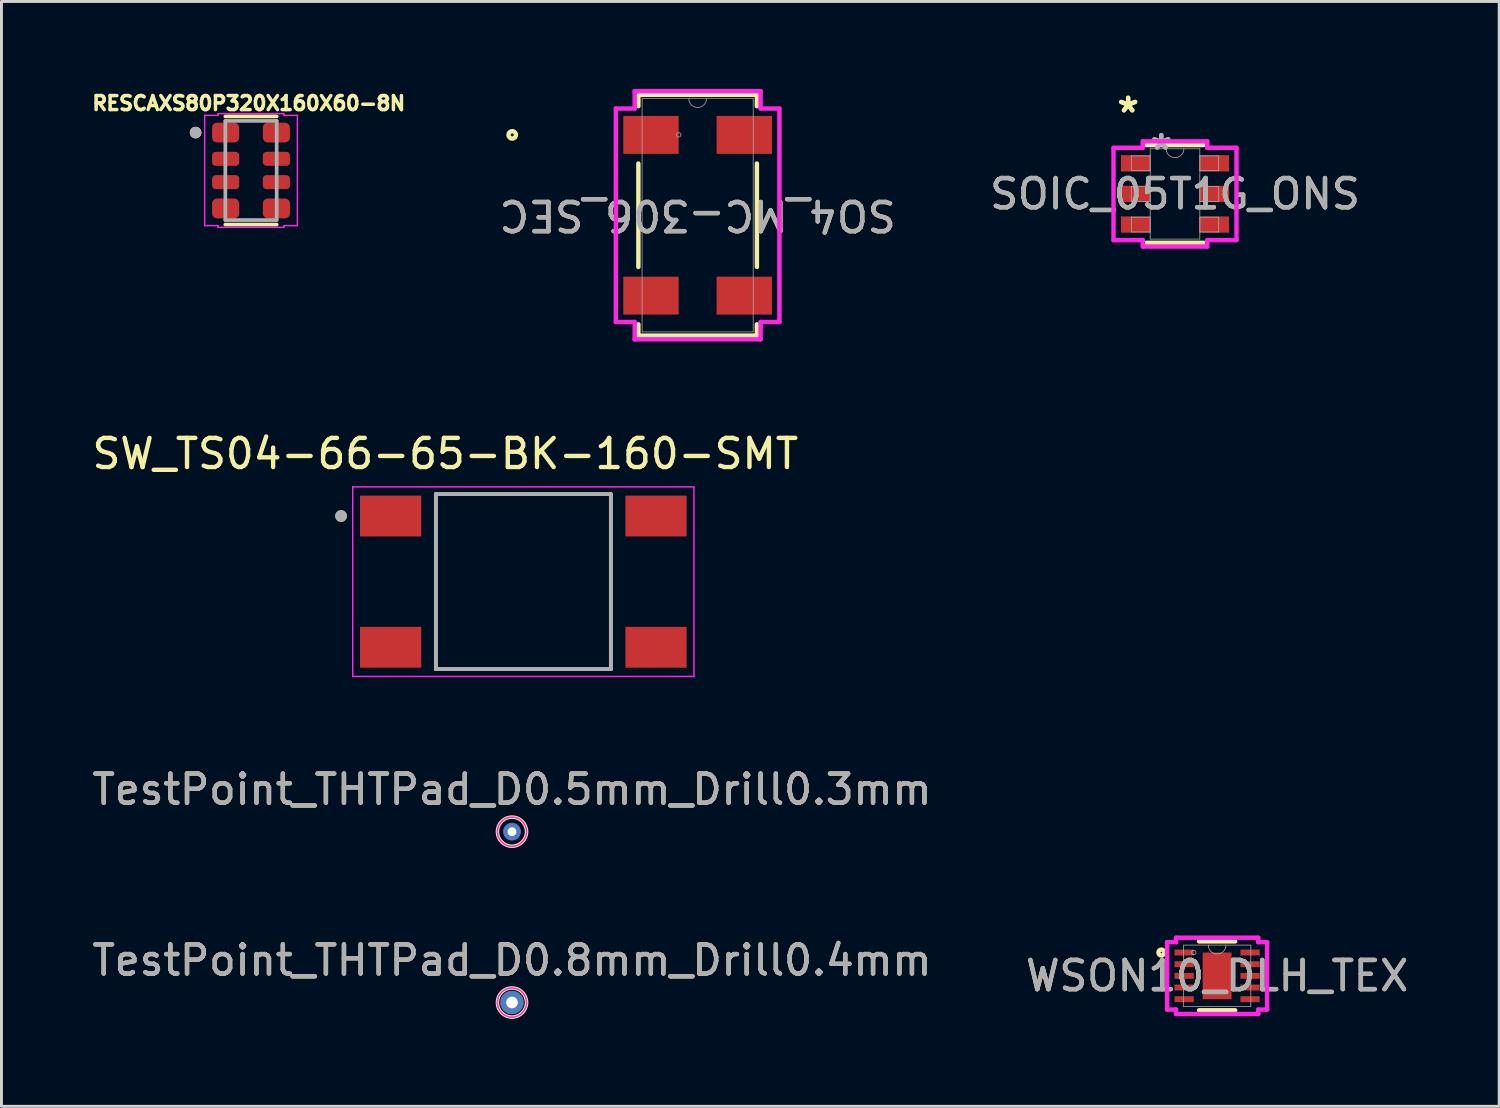
<source format=kicad_pcb>
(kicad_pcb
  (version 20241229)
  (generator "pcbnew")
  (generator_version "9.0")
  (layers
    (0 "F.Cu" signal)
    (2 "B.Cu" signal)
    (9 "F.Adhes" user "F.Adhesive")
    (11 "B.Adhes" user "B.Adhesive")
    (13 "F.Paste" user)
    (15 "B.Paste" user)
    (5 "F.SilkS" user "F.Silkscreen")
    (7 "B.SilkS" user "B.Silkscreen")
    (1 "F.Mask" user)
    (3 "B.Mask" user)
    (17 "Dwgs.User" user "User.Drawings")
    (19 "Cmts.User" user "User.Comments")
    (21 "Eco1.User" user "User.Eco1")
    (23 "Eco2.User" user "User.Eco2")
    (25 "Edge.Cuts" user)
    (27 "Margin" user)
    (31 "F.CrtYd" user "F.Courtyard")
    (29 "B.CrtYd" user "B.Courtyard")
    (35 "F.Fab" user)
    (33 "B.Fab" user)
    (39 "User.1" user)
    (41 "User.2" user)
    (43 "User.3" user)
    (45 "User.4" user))
  (footprint "SO4_MC-306_SEC"
    (layer "F.Cu")
    (at 20.872 4.331)
    (property "Reference" "SO4_MC-306_SEC" (at 0 0 180) (unlocked yes) (layer "F.SilkS") (effects (font (size 1 1) (thickness 0.15))))
    (attr smd)
    (fp_line (start -2.032 -4.128) (end -2.032 -3.739) (stroke (width 0.152) (type solid)) (layer "F.SilkS"))
    (fp_line (start -2.032 -1.773) (end -2.032 1.773) (stroke (width 0.152) (type solid)) (layer "F.SilkS"))
    (fp_line (start -2.032 3.739) (end -2.032 4.128) (stroke (width 0.152) (type solid)) (layer "F.SilkS"))
    (fp_line (start -2.032 4.128) (end 2.032 4.128) (stroke (width 0.152) (type solid)) (layer "F.SilkS"))
    (fp_line (start 2.032 -4.128) (end -2.032 -4.128) (stroke (width 0.152) (type solid)) (layer "F.SilkS"))
    (fp_line (start 2.032 -3.739) (end 2.032 -4.128) (stroke (width 0.152) (type solid)) (layer "F.SilkS"))
    (fp_line (start 2.032 1.773) (end 2.032 -1.773) (stroke (width 0.152) (type solid)) (layer "F.SilkS"))
    (fp_line (start 2.032 4.128) (end 2.032 3.739) (stroke (width 0.152) (type solid)) (layer "F.SilkS"))
    (fp_circle (center -6.358 -2.756) (end -6.231 -2.756) (stroke (width 0.152) (type solid)) (fill no) (layer "F.SilkS"))
    (fp_line (start -2.804 -3.66) (end -2.159 -3.66) (stroke (width 0.152) (type solid)) (layer "F.CrtYd"))
    (fp_line (start -2.804 3.66) (end -2.804 -3.66) (stroke (width 0.152) (type solid)) (layer "F.CrtYd"))
    (fp_line (start -2.804 3.66) (end -2.159 3.66) (stroke (width 0.152) (type solid)) (layer "F.CrtYd"))
    (fp_line (start -2.159 -4.255) (end 2.159 -4.255) (stroke (width 0.152) (type solid)) (layer "F.CrtYd"))
    (fp_line (start -2.159 -3.66) (end -2.159 -4.255) (stroke (width 0.152) (type solid)) (layer "F.CrtYd"))
    (fp_line (start -2.159 4.255) (end -2.159 3.66) (stroke (width 0.152) (type solid)) (layer "F.CrtYd"))
    (fp_line (start 2.159 -4.255) (end 2.159 -3.66) (stroke (width 0.152) (type solid)) (layer "F.CrtYd"))
    (fp_line (start 2.159 3.66) (end 2.159 4.255) (stroke (width 0.152) (type solid)) (layer "F.CrtYd"))
    (fp_line (start 2.159 4.255) (end -2.159 4.255) (stroke (width 0.152) (type solid)) (layer "F.CrtYd"))
    (fp_line (start 2.804 -3.66) (end 2.159 -3.66) (stroke (width 0.152) (type solid)) (layer "F.CrtYd"))
    (fp_line (start 2.804 -3.66) (end 2.804 3.66) (stroke (width 0.152) (type solid)) (layer "F.CrtYd"))
    (fp_line (start 2.804 3.66) (end 2.159 3.66) (stroke (width 0.152) (type solid)) (layer "F.CrtYd"))
    (fp_line (start -1.905 -4) (end -1.905 4) (stroke (width 0.025) (type solid)) (layer "F.Fab"))
    (fp_line (start -1.905 4) (end 1.905 4) (stroke (width 0.025) (type solid)) (layer "F.Fab"))
    (fp_line (start 1.905 -4) (end -1.905 -4) (stroke (width 0.025) (type solid)) (layer "F.Fab"))
    (fp_line (start 1.905 4) (end 1.905 -4) (stroke (width 0.025) (type solid)) (layer "F.Fab"))
    (fp_arc (start 0.3048 -4.0005) (mid 0 -3.6957) (end -0.3048 -4.0005) (stroke (width 0.0254) (type solid)) (layer "F.Fab"))
    (fp_circle (center -0.65 -2.756) (end -0.574 -2.756) (stroke (width 0.025) (type solid)) (fill no) (layer "F.Fab"))
    (fp_text user "${REFERENCE}" (at 0 0 180) (unlocked yes) (layer "F.Fab") (effects (font (size 1 1) (thickness 0.15))))
    (pad "1" smd rect (at -1.6 -2.756 180) (size 1.9 1.3) (layers "F.Cu" "F.Mask" "F.Paste"))
    (pad "2" smd rect (at -1.6 2.756 180) (size 1.9 1.3) (layers "F.Cu" "F.Mask" "F.Paste"))
    (pad "3" smd rect (at 1.6 2.756 180) (size 1.9 1.3) (layers "F.Cu" "F.Mask" "F.Paste"))
    (pad "4" smd rect (at 1.6 -2.756 180) (size 1.9 1.3) (layers "F.Cu" "F.Mask" "F.Paste")))
  (footprint "RESCAXS80P320X160X60-8N"
    (layer "F.Cu")
    (at 5.557 2.796)
    (property "Reference" "RESCAXS80P320X160X60-8N" (at -0.076 -2.305 0) (layer "F.SilkS") (effects (font (size 0.48 0.48) (thickness 0.15))))
    (attr smd)
    (fp_line (start -0.88 -1.854) (end 0.88 -1.854) (stroke (width 0.127) (type solid)) (layer "F.SilkS"))
    (fp_line (start -0.88 1.854) (end 0.88 1.854) (stroke (width 0.127) (type solid)) (layer "F.SilkS"))
    (fp_circle (center -1.9 -1.3) (end -1.8 -1.3) (stroke (width 0.2) (type solid)) (fill no) (layer "F.SilkS"))
    (fp_line (start -1.59 -1.89) (end -1.13 -1.89) (stroke (width 0.05) (type solid)) (layer "F.CrtYd"))
    (fp_line (start -1.59 1.89) (end -1.59 -1.89) (stroke (width 0.05) (type solid)) (layer "F.CrtYd"))
    (fp_line (start -1.13 -1.95) (end 1.13 -1.95) (stroke (width 0.05) (type solid)) (layer "F.CrtYd"))
    (fp_line (start -1.13 -1.89) (end -1.13 -1.95) (stroke (width 0.05) (type solid)) (layer "F.CrtYd"))
    (fp_line (start -1.13 1.89) (end -1.59 1.89) (stroke (width 0.05) (type solid)) (layer "F.CrtYd"))
    (fp_line (start -1.13 1.95) (end -1.13 1.89) (stroke (width 0.05) (type solid)) (layer "F.CrtYd"))
    (fp_line (start 1.13 -1.95) (end 1.13 -1.89) (stroke (width 0.05) (type solid)) (layer "F.CrtYd"))
    (fp_line (start 1.13 -1.89) (end 1.59 -1.89) (stroke (width 0.05) (type solid)) (layer "F.CrtYd"))
    (fp_line (start 1.13 1.89) (end 1.13 1.95) (stroke (width 0.05) (type solid)) (layer "F.CrtYd"))
    (fp_line (start 1.13 1.95) (end -1.13 1.95) (stroke (width 0.05) (type solid)) (layer "F.CrtYd"))
    (fp_line (start 1.59 -1.89) (end 1.59 1.89) (stroke (width 0.05) (type solid)) (layer "F.CrtYd"))
    (fp_line (start 1.59 1.89) (end 1.13 1.89) (stroke (width 0.05) (type solid)) (layer "F.CrtYd"))
    (fp_line (start -0.88 -1.7) (end 0.88 -1.7) (stroke (width 0.127) (type solid)) (layer "F.Fab"))
    (fp_line (start -0.88 1.7) (end -0.88 -1.7) (stroke (width 0.127) (type solid)) (layer "F.Fab"))
    (fp_line (start 0.88 -1.7) (end 0.88 1.7) (stroke (width 0.127) (type solid)) (layer "F.Fab"))
    (fp_line (start 0.88 1.7) (end -0.88 1.7) (stroke (width 0.127) (type solid)) (layer "F.Fab"))
    (fp_circle (center -1.9 -1.3) (end -1.8 -1.3) (stroke (width 0.2) (type solid)) (fill no) (layer "F.Fab"))
    (pad "1" smd roundrect (at -0.87 -1.3) (size 0.93 0.68) (layers "F.Cu" "F.Mask" "F.Paste") (roundrect_rratio 0.25))
    (pad "2" smd roundrect (at -0.87 -0.4) (size 0.93 0.48) (layers "F.Cu" "F.Mask" "F.Paste") (roundrect_rratio 0.25))
    (pad "3" smd roundrect (at -0.87 0.4) (size 0.93 0.48) (layers "F.Cu" "F.Mask" "F.Paste") (roundrect_rratio 0.25))
    (pad "4" smd roundrect (at -0.87 1.3) (size 0.93 0.68) (layers "F.Cu" "F.Mask" "F.Paste") (roundrect_rratio 0.25))
    (pad "5" smd roundrect (at 0.87 1.3) (size 0.93 0.68) (layers "F.Cu" "F.Mask" "F.Paste") (roundrect_rratio 0.25))
    (pad "6" smd roundrect (at 0.87 0.4) (size 0.93 0.48) (layers "F.Cu" "F.Mask" "F.Paste") (roundrect_rratio 0.25))
    (pad "7" smd roundrect (at 0.87 -0.4) (size 0.93 0.48) (layers "F.Cu" "F.Mask" "F.Paste") (roundrect_rratio 0.25))
    (pad "8" smd roundrect (at 0.87 -1.3) (size 0.93 0.68) (layers "F.Cu" "F.Mask" "F.Paste") (roundrect_rratio 0.25)))
  (footprint "TestPoint_THTPad_D0.8mm_Drill0.4mm"
    (layer "F.Cu")
    (at 14.506 31.326)
    (property "Reference" "TestPoint_THTPad_D0.8mm_Drill0.4mm" (at 0 -1.448 0) (layer "F.SilkS") (effects (font (size 1 1) (thickness 0.15))))
    (attr exclude_from_pos_files)
    (fp_circle (center 0 0) (end 0 0.5) (stroke (width 0.12) (type solid)) (fill no) (layer "F.SilkS"))
    (fp_circle (center 0 0) (end 0.5 0) (stroke (width 0.05) (type solid)) (fill no) (layer "F.CrtYd"))
    (fp_text user "${REFERENCE}" (at 0 -1.45 0) (layer "F.Fab") (effects (font (size 1 1) (thickness 0.15))))
    (pad "1" thru_hole circle (at 0 0) (size 0.8 0.8) (drill 0.4) (layers "*.Cu" "*.Mask")))
  (footprint "WSON10_DLH_TEX"
    (layer "F.Cu")
    (at 38.685 30.412)
    (property "Reference" "WSON10_DLH_TEX" (at 0 0 0) (unlocked yes) (layer "F.SilkS") (effects (font (size 1 1) (thickness 0.15))))
    (attr smd)
    (fp_line (start -0.619 1.181) (end 0.619 1.181) (stroke (width 0.152) (type solid)) (layer "F.SilkS"))
    (fp_line (start 0.619 -1.181) (end -0.619 -1.181) (stroke (width 0.152) (type solid)) (layer "F.SilkS"))
    (fp_circle (center -1.911 -0.8) (end -1.81 -0.8) (stroke (width 0.152) (type solid)) (fill no) (layer "F.SilkS"))
    (fp_line (start -1.714 -1.156) (end -1.41 -1.156) (stroke (width 0.152) (type solid)) (layer "F.CrtYd"))
    (fp_line (start -1.714 1.156) (end -1.714 -1.156) (stroke (width 0.152) (type solid)) (layer "F.CrtYd"))
    (fp_line (start -1.714 1.156) (end -1.41 1.156) (stroke (width 0.152) (type solid)) (layer "F.CrtYd"))
    (fp_line (start -1.41 -1.308) (end 1.41 -1.308) (stroke (width 0.152) (type solid)) (layer "F.CrtYd"))
    (fp_line (start -1.41 -1.156) (end -1.41 -1.308) (stroke (width 0.152) (type solid)) (layer "F.CrtYd"))
    (fp_line (start -1.41 1.308) (end -1.41 1.156) (stroke (width 0.152) (type solid)) (layer "F.CrtYd"))
    (fp_line (start 1.41 -1.308) (end 1.41 -1.156) (stroke (width 0.152) (type solid)) (layer "F.CrtYd"))
    (fp_line (start 1.41 1.156) (end 1.41 1.308) (stroke (width 0.152) (type solid)) (layer "F.CrtYd"))
    (fp_line (start 1.41 1.308) (end -1.41 1.308) (stroke (width 0.152) (type solid)) (layer "F.CrtYd"))
    (fp_line (start 1.714 -1.156) (end 1.41 -1.156) (stroke (width 0.152) (type solid)) (layer "F.CrtYd"))
    (fp_line (start 1.714 -1.156) (end 1.714 1.156) (stroke (width 0.152) (type solid)) (layer "F.CrtYd"))
    (fp_line (start 1.714 1.156) (end 1.41 1.156) (stroke (width 0.152) (type solid)) (layer "F.CrtYd"))
    (fp_line (start -1.156 -1.054) (end -1.156 1.054) (stroke (width 0.025) (type solid)) (layer "F.Fab"))
    (fp_line (start -1.156 1.054) (end 1.156 1.054) (stroke (width 0.025) (type solid)) (layer "F.Fab"))
    (fp_line (start 1.156 -1.054) (end -1.156 -1.054) (stroke (width 0.025) (type solid)) (layer "F.Fab"))
    (fp_line (start 1.156 1.054) (end 1.156 -1.054) (stroke (width 0.025) (type solid)) (layer "F.Fab"))
    (fp_arc (start 0.3048 -1.0541) (mid 0 -0.7493) (end -0.3048 -1.0541) (stroke (width 0.0254) (type solid)) (layer "F.Fab"))
    (fp_circle (center -0.8 -0.8) (end -0.724 -0.8) (stroke (width 0.025) (type solid)) (fill no) (layer "F.Fab"))
    (fp_text user "${REFERENCE}" (at 0 0 0) (unlocked yes) (layer "F.Fab") (effects (font (size 1 1) (thickness 0.15))))
    (pad "1" smd rect (at -1.13 -0.8) (size 0.66 0.203) (layers "F.Cu" "F.Mask" "F.Paste"))
    (pad "2" smd rect (at -1.13 -0.4) (size 0.66 0.203) (layers "F.Cu" "F.Mask" "F.Paste"))
    (pad "3" smd rect (at -1.13 0) (size 0.66 0.203) (layers "F.Cu" "F.Mask" "F.Paste"))
    (pad "4" smd rect (at -1.13 0.4) (size 0.66 0.203) (layers "F.Cu" "F.Mask" "F.Paste"))
    (pad "5" smd rect (at -1.13 0.8) (size 0.66 0.203) (layers "F.Cu" "F.Mask" "F.Paste"))
    (pad "6" smd rect (at 1.13 0.8) (size 0.66 0.203) (layers "F.Cu" "F.Mask" "F.Paste"))
    (pad "7" smd rect (at 1.13 0.4) (size 0.66 0.203) (layers "F.Cu" "F.Mask" "F.Paste"))
    (pad "8" smd rect (at 1.13 0) (size 0.66 0.203) (layers "F.Cu" "F.Mask" "F.Paste"))
    (pad "9" smd rect (at 1.13 -0.4) (size 0.66 0.203) (layers "F.Cu" "F.Mask" "F.Paste"))
    (pad "10" smd rect (at 1.13 -0.8) (size 0.66 0.203) (layers "F.Cu" "F.Mask" "F.Paste"))
    (pad "11" smd rect (at 0 0) (size 0.991 1.6) (layers "F.Cu" "F.Mask" "F.Paste")))
  (footprint "SOIC_05T1G_ONS"
    (layer "F.Cu")
    (at 37.241 3.6)
    (property "Reference" "SOIC_05T1G_ONS" (at 0 0 0) (unlocked yes) (layer "F.SilkS") (effects (font (size 1 1) (thickness 0.15))))
    (attr smd)
    (fp_line (start -0.978 1.676) (end 0.978 1.676) (stroke (width 0.152) (type solid)) (layer "F.SilkS"))
    (fp_line (start 0.978 -1.676) (end -0.978 -1.676) (stroke (width 0.152) (type solid)) (layer "F.SilkS"))
    (fp_line (start -2.108 -1.583) (end -1.105 -1.583) (stroke (width 0.152) (type solid)) (layer "F.CrtYd"))
    (fp_line (start -2.108 1.583) (end -2.108 -1.583) (stroke (width 0.152) (type solid)) (layer "F.CrtYd"))
    (fp_line (start -2.108 1.583) (end -1.105 1.583) (stroke (width 0.152) (type solid)) (layer "F.CrtYd"))
    (fp_line (start -1.105 -1.803) (end 1.105 -1.803) (stroke (width 0.152) (type solid)) (layer "F.CrtYd"))
    (fp_line (start -1.105 -1.583) (end -1.105 -1.803) (stroke (width 0.152) (type solid)) (layer "F.CrtYd"))
    (fp_line (start -1.105 1.803) (end -1.105 1.583) (stroke (width 0.152) (type solid)) (layer "F.CrtYd"))
    (fp_line (start 1.105 -1.803) (end 1.105 -1.583) (stroke (width 0.152) (type solid)) (layer "F.CrtYd"))
    (fp_line (start 1.105 1.583) (end 1.105 1.803) (stroke (width 0.152) (type solid)) (layer "F.CrtYd"))
    (fp_line (start 1.105 1.803) (end -1.105 1.803) (stroke (width 0.152) (type solid)) (layer "F.CrtYd"))
    (fp_line (start 2.108 -1.583) (end 1.105 -1.583) (stroke (width 0.152) (type solid)) (layer "F.CrtYd"))
    (fp_line (start 2.108 -1.583) (end 2.108 1.583) (stroke (width 0.152) (type solid)) (layer "F.CrtYd"))
    (fp_line (start 2.108 1.583) (end 1.105 1.583) (stroke (width 0.152) (type solid)) (layer "F.CrtYd"))
    (fp_line (start -1.499 -1.304) (end -1.499 -0.796) (stroke (width 0.025) (type solid)) (layer "F.Fab"))
    (fp_line (start -1.499 -0.796) (end -0.851 -0.796) (stroke (width 0.025) (type solid)) (layer "F.Fab"))
    (fp_line (start -1.499 -0.254) (end -1.499 0.254) (stroke (width 0.025) (type solid)) (layer "F.Fab"))
    (fp_line (start -1.499 0.254) (end -0.851 0.254) (stroke (width 0.025) (type solid)) (layer "F.Fab"))
    (fp_line (start -1.499 0.796) (end -1.499 1.304) (stroke (width 0.025) (type solid)) (layer "F.Fab"))
    (fp_line (start -1.499 1.304) (end -0.851 1.304) (stroke (width 0.025) (type solid)) (layer "F.Fab"))
    (fp_line (start -0.851 -1.549) (end -0.851 1.549) (stroke (width 0.025) (type solid)) (layer "F.Fab"))
    (fp_line (start -0.851 -1.304) (end -1.499 -1.304) (stroke (width 0.025) (type solid)) (layer "F.Fab"))
    (fp_line (start -0.851 -0.796) (end -0.851 -1.304) (stroke (width 0.025) (type solid)) (layer "F.Fab"))
    (fp_line (start -0.851 -0.254) (end -1.499 -0.254) (stroke (width 0.025) (type solid)) (layer "F.Fab"))
    (fp_line (start -0.851 0.254) (end -0.851 -0.254) (stroke (width 0.025) (type solid)) (layer "F.Fab"))
    (fp_line (start -0.851 0.796) (end -1.499 0.796) (stroke (width 0.025) (type solid)) (layer "F.Fab"))
    (fp_line (start -0.851 1.304) (end -0.851 0.796) (stroke (width 0.025) (type solid)) (layer "F.Fab"))
    (fp_line (start -0.851 1.549) (end 0.851 1.549) (stroke (width 0.025) (type solid)) (layer "F.Fab"))
    (fp_line (start 0.851 -1.549) (end -0.851 -1.549) (stroke (width 0.025) (type solid)) (layer "F.Fab"))
    (fp_line (start 0.851 -1.304) (end 0.851 -0.796) (stroke (width 0.025) (type solid)) (layer "F.Fab"))
    (fp_line (start 0.851 -0.796) (end 1.499 -0.796) (stroke (width 0.025) (type solid)) (layer "F.Fab"))
    (fp_line (start 0.851 -0.254) (end 0.851 0.254) (stroke (width 0.025) (type solid)) (layer "F.Fab"))
    (fp_line (start 0.851 0.254) (end 1.499 0.254) (stroke (width 0.025) (type solid)) (layer "F.Fab"))
    (fp_line (start 0.851 0.796) (end 0.851 1.304) (stroke (width 0.025) (type solid)) (layer "F.Fab"))
    (fp_line (start 0.851 1.304) (end 1.499 1.304) (stroke (width 0.025) (type solid)) (layer "F.Fab"))
    (fp_line (start 0.851 1.549) (end 0.851 -1.549) (stroke (width 0.025) (type solid)) (layer "F.Fab"))
    (fp_line (start 1.499 -1.304) (end 0.851 -1.304) (stroke (width 0.025) (type solid)) (layer "F.Fab"))
    (fp_line (start 1.499 -0.796) (end 1.499 -1.304) (stroke (width 0.025) (type solid)) (layer "F.Fab"))
    (fp_line (start 1.499 -0.254) (end 0.851 -0.254) (stroke (width 0.025) (type solid)) (layer "F.Fab"))
    (fp_line (start 1.499 0.254) (end 1.499 -0.254) (stroke (width 0.025) (type solid)) (layer "F.Fab"))
    (fp_line (start 1.499 0.796) (end 0.851 0.796) (stroke (width 0.025) (type solid)) (layer "F.Fab"))
    (fp_line (start 1.499 1.304) (end 1.499 0.796) (stroke (width 0.025) (type solid)) (layer "F.Fab"))
    (fp_arc (start 0.3048 -1.5494) (mid 0 -1.2446) (end -0.3048 -1.5494) (stroke (width 0.0254) (type solid)) (layer "F.Fab"))
    (fp_text user "*" (at -1.607 -2.752 0) (layer "F.SilkS") (effects (font (size 1 1) (thickness 0.15))))
    (fp_text user "*" (at -1.607 -2.752 0) (unlocked yes) (layer "F.SilkS") (effects (font (size 1 1) (thickness 0.15))))
    (fp_text user "*" (at -0.47 -1.473 0) (layer "F.Fab") (effects (font (size 1 1) (thickness 0.15))))
    (fp_text user "${REFERENCE}" (at 0 0 0) (unlocked yes) (layer "F.Fab") (effects (font (size 1 1) (thickness 0.15))))
    (fp_text user "*" (at -0.47 -1.473 0) (unlocked yes) (layer "F.Fab") (effects (font (size 1 1) (thickness 0.15))))
    (pad "1" smd rect (at -1.353 -1.05) (size 1.003 0.559) (layers "F.Cu" "F.Mask" "F.Paste"))
    (pad "2" smd rect (at -1.353 0) (size 1.003 0.559) (layers "F.Cu" "F.Mask" "F.Paste"))
    (pad "3" smd rect (at -1.353 1.05) (size 1.003 0.559) (layers "F.Cu" "F.Mask" "F.Paste"))
    (pad "4" smd rect (at 1.353 1.05) (size 1.003 0.559) (layers "F.Cu" "F.Mask" "F.Paste"))
    (pad "5" smd rect (at 1.353 0) (size 1.003 0.559) (layers "F.Cu" "F.Mask" "F.Paste"))
    (pad "6" smd rect (at 1.353 -1.05) (size 1.003 0.559) (layers "F.Cu" "F.Mask" "F.Paste")))
  (footprint "SW_TS04-66-65-BK-160-SMT"
    (layer "F.Cu")
    (at 14.895 16.895)
    (property "Reference" "SW_TS04-66-65-BK-160-SMT" (at -2.675 -4.385 0) (layer "F.SilkS") (effects (font (size 1 1) (thickness 0.15))))
    (attr smd)
    (fp_line (start -3 -3) (end -3 3) (stroke (width 0.127) (type solid)) (layer "F.SilkS"))
    (fp_line (start -3 3) (end 3 3) (stroke (width 0.127) (type solid)) (layer "F.SilkS"))
    (fp_line (start 3 -3) (end -3 -3) (stroke (width 0.127) (type solid)) (layer "F.SilkS"))
    (fp_line (start 3 3) (end 3 -3) (stroke (width 0.127) (type solid)) (layer "F.SilkS"))
    (fp_circle (center -6.25 -2.25) (end -6.15 -2.25) (stroke (width 0.2) (type solid)) (fill no) (layer "F.SilkS"))
    (fp_line (start -5.85 -3.25) (end -5.85 3.25) (stroke (width 0.05) (type solid)) (layer "F.CrtYd"))
    (fp_line (start -5.85 3.25) (end 5.85 3.25) (stroke (width 0.05) (type solid)) (layer "F.CrtYd"))
    (fp_line (start 5.85 -3.25) (end -5.85 -3.25) (stroke (width 0.05) (type solid)) (layer "F.CrtYd"))
    (fp_line (start 5.85 3.25) (end 5.85 -3.25) (stroke (width 0.05) (type solid)) (layer "F.CrtYd"))
    (fp_line (start -3 -3) (end -3 3) (stroke (width 0.127) (type solid)) (layer "F.Fab"))
    (fp_line (start -3 3) (end 3 3) (stroke (width 0.127) (type solid)) (layer "F.Fab"))
    (fp_line (start 3 -3) (end -3 -3) (stroke (width 0.127) (type solid)) (layer "F.Fab"))
    (fp_line (start 3 3) (end 3 -3) (stroke (width 0.127) (type solid)) (layer "F.Fab"))
    (fp_circle (center -6.25 -2.25) (end -6.15 -2.25) (stroke (width 0.2) (type solid)) (fill no) (layer "F.Fab"))
    (pad "1" smd rect (at -4.55 -2.25) (size 2.1 1.4) (layers "F.Cu" "F.Mask" "F.Paste"))
    (pad "2" smd rect (at -4.55 2.25) (size 2.1 1.4) (layers "F.Cu" "F.Mask" "F.Paste"))
    (pad "3" smd rect (at 4.55 -2.25) (size 2.1 1.4) (layers "F.Cu" "F.Mask" "F.Paste"))
    (pad "4" smd rect (at 4.55 2.25) (size 2.1 1.4) (layers "F.Cu" "F.Mask" "F.Paste")))
  (footprint "TestPoint_THTPad_D0.5mm_Drill0.3mm"
    (layer "F.Cu")
    (at 14.506 25.468)
    (property "Reference" "TestPoint_THTPad_D0.5mm_Drill0.3mm" (at 0 -1.448 0) (layer "F.SilkS") (effects (font (size 1 1) (thickness 0.15))))
    (attr exclude_from_pos_files)
    (fp_circle (center 0 0) (end 0 0.5) (stroke (width 0.12) (type solid)) (fill no) (layer "F.SilkS"))
    (fp_circle (center 0 0) (end 0.5 0) (stroke (width 0.05) (type solid)) (fill no) (layer "F.CrtYd"))
    (fp_text user "${REFERENCE}" (at 0 -1.45 0) (layer "F.Fab") (effects (font (size 1 1) (thickness 0.15))))
    (pad "1" thru_hole circle (at 0 0) (size 0.6 0.6) (drill 0.3) (layers "*.Cu" "*.Mask")))
  (gr_rect
    (start -3 -3)
    (end 48.357 34.886)
    (stroke (width 0.1) (type default))
    (fill no)
    (layer "Edge.Cuts")))
</source>
